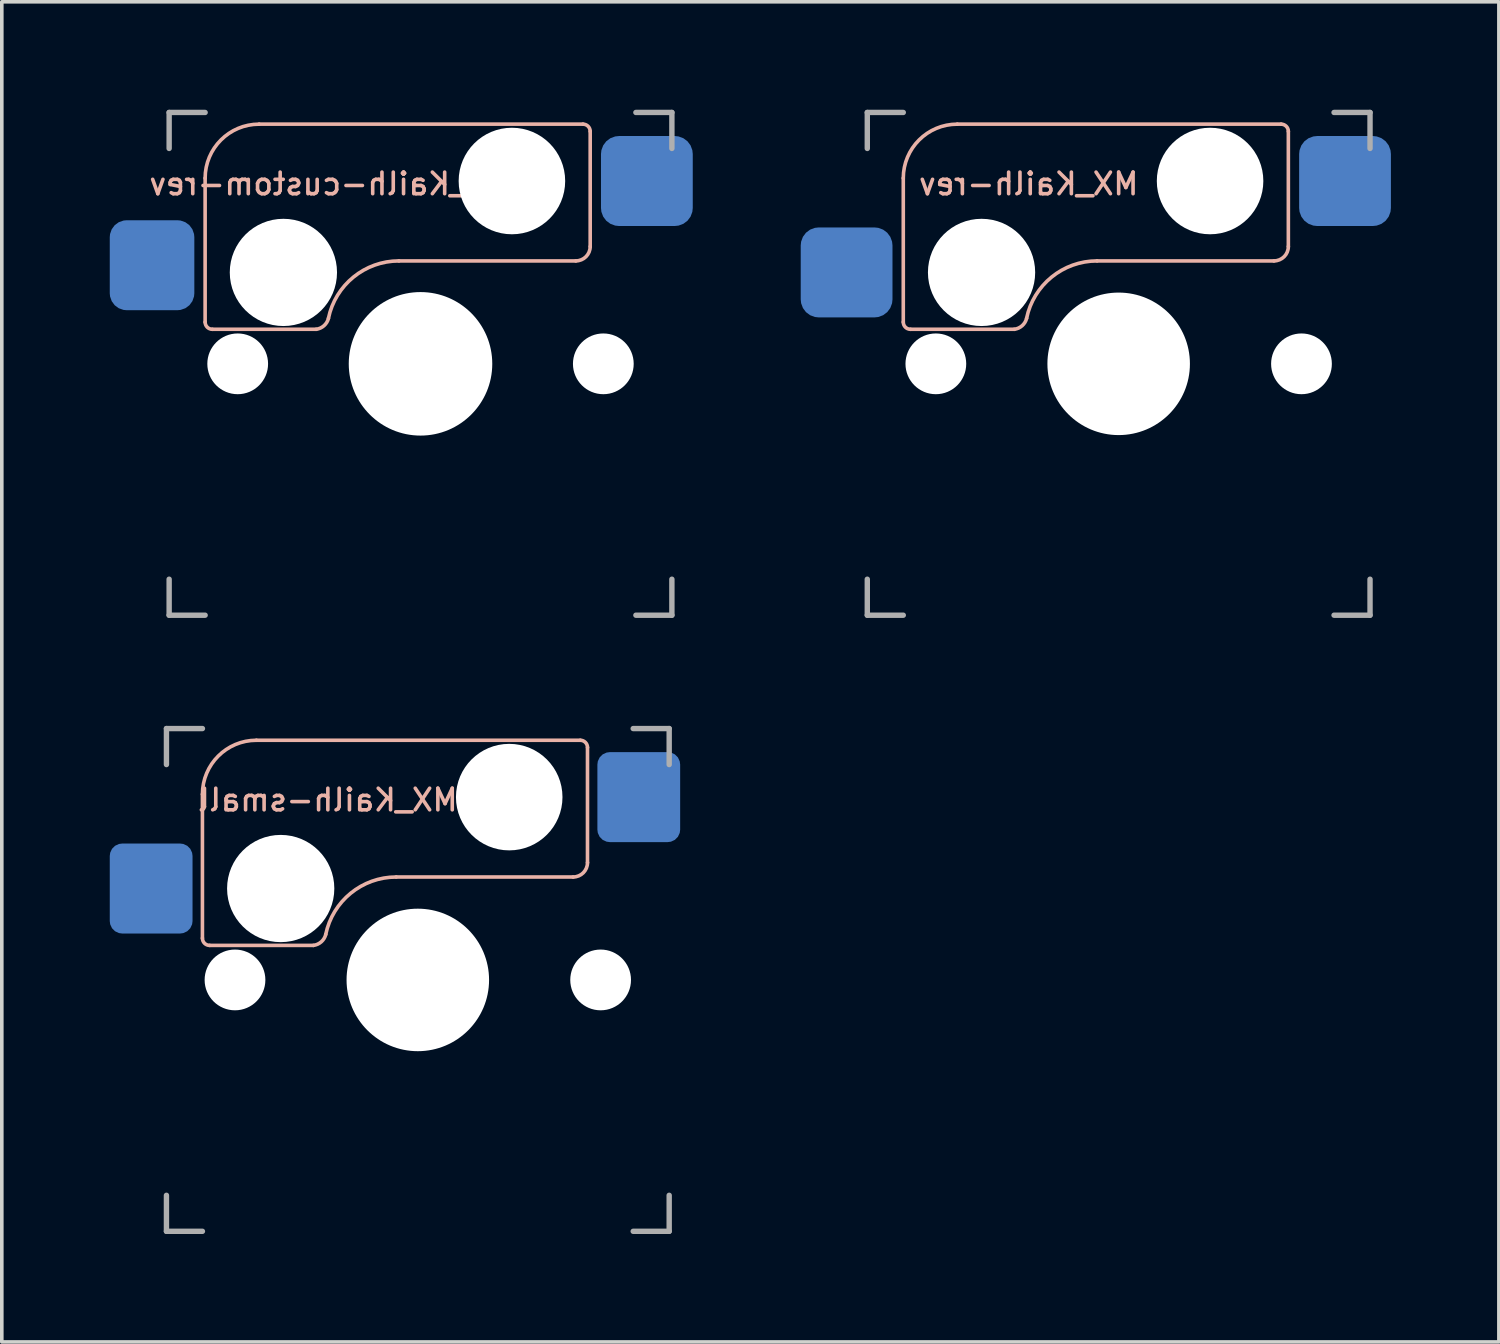
<source format=kicad_pcb>
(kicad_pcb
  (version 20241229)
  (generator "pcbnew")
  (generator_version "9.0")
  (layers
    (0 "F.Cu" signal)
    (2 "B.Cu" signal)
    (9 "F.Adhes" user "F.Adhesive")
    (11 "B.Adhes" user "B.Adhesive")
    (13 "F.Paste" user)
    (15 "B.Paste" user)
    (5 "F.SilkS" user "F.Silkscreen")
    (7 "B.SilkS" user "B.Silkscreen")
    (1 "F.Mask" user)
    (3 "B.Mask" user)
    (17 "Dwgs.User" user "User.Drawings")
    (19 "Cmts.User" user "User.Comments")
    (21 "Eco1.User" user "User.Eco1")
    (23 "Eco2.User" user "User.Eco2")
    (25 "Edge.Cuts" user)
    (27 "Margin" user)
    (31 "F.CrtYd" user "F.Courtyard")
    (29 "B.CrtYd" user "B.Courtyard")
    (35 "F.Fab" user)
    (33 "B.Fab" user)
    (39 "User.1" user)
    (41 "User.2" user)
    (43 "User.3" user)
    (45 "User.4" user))
  (footprint "MX_Kailh-small"
    (layer "F.Cu")
    (at 8.56 24.18)
    (property "Reference" "MX_Kailh-small" (at -2.5 -5 0) (layer "B.SilkS") (effects (font (size 0.6 0.6) (thickness 0.1)) (justify mirror)))
    (attr smd)
    (fp_line (start -5.985 -5.16) (end -5.985 -1.16) (stroke (width 0.1) (type solid)) (layer "B.SilkS"))
    (fp_line (start -5.785 -0.96) (end -2.9 -0.96) (stroke (width 0.1) (type solid)) (layer "B.SilkS"))
    (fp_line (start -4.485 -6.66) (end 4.515 -6.66) (stroke (width 0.1) (type solid)) (layer "B.SilkS"))
    (fp_line (start 4.315 -2.86) (end -0.6 -2.86) (stroke (width 0.1) (type solid)) (layer "B.SilkS"))
    (fp_line (start 4.715 -6.46) (end 4.715 -3.26) (stroke (width 0.1) (type solid)) (layer "B.SilkS"))
    (fp_arc (start -5.985 -5.16) (mid -5.54566 -6.22066) (end -4.485 -6.66) (stroke (width 0.1) (type solid)) (layer "B.SilkS"))
    (fp_arc (start -5.785 -0.96) (mid -5.926421 -1.018579) (end -5.985 -1.16) (stroke (width 0.1) (type solid)) (layer "B.SilkS"))
    (fp_arc (start -2.558575 -1.264949) (mid -1.862953 -2.41079) (end -0.6 -2.86) (stroke (width 0.1) (type solid)) (layer "B.SilkS"))
    (fp_arc (start -2.557532 -1.264687) (mid -2.681837 -1.059595) (end -2.9 -0.96) (stroke (width 0.1) (type solid)) (layer "B.SilkS"))
    (fp_arc (start 4.515 -6.66) (mid 4.656421 -6.601421) (end 4.715 -6.46) (stroke (width 0.1) (type solid)) (layer "B.SilkS"))
    (fp_arc (start 4.715 -3.26) (mid 4.597843 -2.977157) (end 4.315 -2.86) (stroke (width 0.1) (type solid)) (layer "B.SilkS"))
    (fp_line (start -6.985 6.985) (end -6.985 -6.985) (stroke (width 0.15) (type solid)) (layer "Eco2.User"))
    (fp_line (start -6.985 6.985) (end 6.985 6.985) (stroke (width 0.15) (type solid)) (layer "Eco2.User"))
    (fp_line (start 6.985 -6.985) (end -6.985 -6.985) (stroke (width 0.15) (type solid)) (layer "Eco2.User"))
    (fp_line (start 6.985 -6.985) (end 6.985 6.985) (stroke (width 0.15) (type solid)) (layer "Eco2.User"))
    (fp_line (start -6.985 -5.985) (end -6.985 -6.985) (stroke (width 0.15) (type solid)) (layer "F.Fab"))
    (fp_line (start -6.985 6.985) (end -6.985 5.985) (stroke (width 0.15) (type solid)) (layer "F.Fab"))
    (fp_line (start -6.985 6.985) (end -5.985 6.985) (stroke (width 0.15) (type solid)) (layer "F.Fab"))
    (fp_line (start -5.985 -6.985) (end -6.985 -6.985) (stroke (width 0.15) (type solid)) (layer "F.Fab"))
    (fp_line (start 5.985 6.985) (end 6.985 6.985) (stroke (width 0.15) (type solid)) (layer "F.Fab"))
    (fp_line (start 6.985 -6.985) (end 5.985 -6.985) (stroke (width 0.15) (type solid)) (layer "F.Fab"))
    (fp_line (start 6.985 -6.985) (end 6.985 -5.985) (stroke (width 0.15) (type solid)) (layer "F.Fab"))
    (fp_line (start 6.985 5.985) (end 6.985 6.985) (stroke (width 0.15) (type solid)) (layer "F.Fab"))
    (pad "" np_thru_hole circle (at -5.08 0) (size 1.688 1.688) (drill 1.688) (layers "*.Cu" "*.Mask"))
    (pad "" np_thru_hole circle (at -3.81 -2.54) (size 2.98 2.98) (drill 2.98) (layers "*.Cu" "*.Mask"))
    (pad "" np_thru_hole circle (at 0 0) (size 3.96 3.96) (drill 3.96) (layers "*.Cu" "*.Mask"))
    (pad "" np_thru_hole circle (at 2.54 -5.08) (size 2.96 2.96) (drill 2.96) (layers "*.Cu" "*.Mask"))
    (pad "" np_thru_hole circle (at 5.08 0) (size 1.688 1.688) (drill 1.688) (layers "*.Cu" "*.Mask"))
    (pad "1" smd roundrect (at 6.14 -5.08) (size 2.3 2.5) (layers "B.Cu" "B.Mask" "B.Paste") (roundrect_rratio 0.15))
    (pad "2" smd roundrect (at -7.41 -2.54) (size 2.3 2.5) (layers "B.Cu" "B.Mask" "B.Paste") (roundrect_rratio 0.15)))
  (footprint "MX_Kailh-custom-rev"
    (layer "F.Cu")
    (at 8.635 7.06)
    (property "Reference" "MX_Kailh-custom-rev" (at -2.5 -5 0) (layer "B.SilkS") (effects (font (size 0.6 0.6) (thickness 0.1)) (justify mirror)))
    (attr smd)
    (fp_line (start -5.985 -5.16) (end -5.985 -1.16) (stroke (width 0.1) (type solid)) (layer "B.SilkS"))
    (fp_line (start -5.785 -0.96) (end -2.9 -0.96) (stroke (width 0.1) (type solid)) (layer "B.SilkS"))
    (fp_line (start -4.485 -6.66) (end 4.515 -6.66) (stroke (width 0.1) (type solid)) (layer "B.SilkS"))
    (fp_line (start 4.315 -2.86) (end -0.6 -2.86) (stroke (width 0.1) (type solid)) (layer "B.SilkS"))
    (fp_line (start 4.715 -6.46) (end 4.715 -3.26) (stroke (width 0.1) (type solid)) (layer "B.SilkS"))
    (fp_arc (start -5.985 -5.16) (mid -5.54566 -6.22066) (end -4.485 -6.66) (stroke (width 0.1) (type solid)) (layer "B.SilkS"))
    (fp_arc (start -5.785 -0.96) (mid -5.926421 -1.018579) (end -5.985 -1.16) (stroke (width 0.1) (type solid)) (layer "B.SilkS"))
    (fp_arc (start -2.558575 -1.264949) (mid -1.862953 -2.41079) (end -0.6 -2.86) (stroke (width 0.1) (type solid)) (layer "B.SilkS"))
    (fp_arc (start -2.557532 -1.264687) (mid -2.681837 -1.059595) (end -2.9 -0.96) (stroke (width 0.1) (type solid)) (layer "B.SilkS"))
    (fp_arc (start 4.515 -6.66) (mid 4.656421 -6.601421) (end 4.715 -6.46) (stroke (width 0.1) (type solid)) (layer "B.SilkS"))
    (fp_arc (start 4.715 -3.26) (mid 4.597843 -2.977157) (end 4.315 -2.86) (stroke (width 0.1) (type solid)) (layer "B.SilkS"))
    (fp_line (start -6.985 6.985) (end -6.985 -6.985) (stroke (width 0.15) (type solid)) (layer "Eco2.User"))
    (fp_line (start -6.985 6.985) (end 6.985 6.985) (stroke (width 0.15) (type solid)) (layer "Eco2.User"))
    (fp_line (start 6.985 -6.985) (end -6.985 -6.985) (stroke (width 0.15) (type solid)) (layer "Eco2.User"))
    (fp_line (start 6.985 -6.985) (end 6.985 6.985) (stroke (width 0.15) (type solid)) (layer "Eco2.User"))
    (fp_line (start -6.985 -5.985) (end -6.985 -6.985) (stroke (width 0.15) (type solid)) (layer "F.Fab"))
    (fp_line (start -6.985 6.985) (end -6.985 5.985) (stroke (width 0.15) (type solid)) (layer "F.Fab"))
    (fp_line (start -6.985 6.985) (end -5.985 6.985) (stroke (width 0.15) (type solid)) (layer "F.Fab"))
    (fp_line (start -5.985 -6.985) (end -6.985 -6.985) (stroke (width 0.15) (type solid)) (layer "F.Fab"))
    (fp_line (start 5.985 6.985) (end 6.985 6.985) (stroke (width 0.15) (type solid)) (layer "F.Fab"))
    (fp_line (start 6.985 -6.985) (end 5.985 -6.985) (stroke (width 0.15) (type solid)) (layer "F.Fab"))
    (fp_line (start 6.985 -6.985) (end 6.985 -5.985) (stroke (width 0.15) (type solid)) (layer "F.Fab"))
    (fp_line (start 6.985 5.985) (end 6.985 6.985) (stroke (width 0.15) (type solid)) (layer "F.Fab"))
    (pad "" np_thru_hole circle (at -5.08 0) (size 1.688 1.688) (drill 1.688) (layers "*.Cu" "*.Mask"))
    (pad "" np_thru_hole circle (at -3.81 -2.54) (size 2.98 2.98) (drill 2.98) (layers "*.Cu" "*.Mask"))
    (pad "" np_thru_hole circle (at 0 0) (size 3.988 3.988) (drill 3.988) (layers "*.Cu" "*.Mask"))
    (pad "" np_thru_hole circle (at 2.54 -5.08) (size 2.96 2.96) (drill 2.96) (layers "*.Cu" "*.Mask"))
    (pad "" np_thru_hole circle (at 5.08 0) (size 1.688 1.688) (drill 1.688) (layers "*.Cu" "*.Mask"))
    (pad "1" smd roundrect (at -7.46 -2.74) (size 2.35 2.5) (layers "B.Cu" "B.Mask" "B.Paste") (roundrect_rratio 0.2))
    (pad "2" smd roundrect (at 6.29 -5.08) (size 2.55 2.5) (layers "B.Cu" "B.Mask" "B.Paste") (roundrect_rratio 0.2)))
  (footprint "MX_Kailh-rev"
    (layer "F.Cu")
    (at 28.035 7.06)
    (property "Reference" "MX_Kailh-rev" (at -2.5 -5 0) (layer "B.SilkS") (effects (font (size 0.6 0.6) (thickness 0.1)) (justify mirror)))
    (attr smd)
    (fp_line (start -5.985 -5.16) (end -5.985 -1.16) (stroke (width 0.1) (type solid)) (layer "B.SilkS"))
    (fp_line (start -5.785 -0.96) (end -2.9 -0.96) (stroke (width 0.1) (type solid)) (layer "B.SilkS"))
    (fp_line (start -4.485 -6.66) (end 4.515 -6.66) (stroke (width 0.1) (type solid)) (layer "B.SilkS"))
    (fp_line (start 4.315 -2.86) (end -0.6 -2.86) (stroke (width 0.1) (type solid)) (layer "B.SilkS"))
    (fp_line (start 4.715 -6.46) (end 4.715 -3.26) (stroke (width 0.1) (type solid)) (layer "B.SilkS"))
    (fp_arc (start -5.985 -5.16) (mid -5.54566 -6.22066) (end -4.485 -6.66) (stroke (width 0.1) (type solid)) (layer "B.SilkS"))
    (fp_arc (start -5.785 -0.96) (mid -5.926421 -1.018579) (end -5.985 -1.16) (stroke (width 0.1) (type solid)) (layer "B.SilkS"))
    (fp_arc (start -2.558575 -1.264949) (mid -1.862953 -2.41079) (end -0.6 -2.86) (stroke (width 0.1) (type solid)) (layer "B.SilkS"))
    (fp_arc (start -2.557532 -1.264687) (mid -2.681837 -1.059595) (end -2.9 -0.96) (stroke (width 0.1) (type solid)) (layer "B.SilkS"))
    (fp_arc (start 4.515 -6.66) (mid 4.656421 -6.601421) (end 4.715 -6.46) (stroke (width 0.1) (type solid)) (layer "B.SilkS"))
    (fp_arc (start 4.715 -3.26) (mid 4.597843 -2.977157) (end 4.315 -2.86) (stroke (width 0.1) (type solid)) (layer "B.SilkS"))
    (fp_line (start -6.985 6.985) (end -6.985 -6.985) (stroke (width 0.15) (type solid)) (layer "Eco2.User"))
    (fp_line (start -6.985 6.985) (end 6.985 6.985) (stroke (width 0.15) (type solid)) (layer "Eco2.User"))
    (fp_line (start 6.985 -6.985) (end -6.985 -6.985) (stroke (width 0.15) (type solid)) (layer "Eco2.User"))
    (fp_line (start 6.985 -6.985) (end 6.985 6.985) (stroke (width 0.15) (type solid)) (layer "Eco2.User"))
    (fp_line (start -6.985 -5.985) (end -6.985 -6.985) (stroke (width 0.15) (type solid)) (layer "F.Fab"))
    (fp_line (start -6.985 6.985) (end -6.985 5.985) (stroke (width 0.15) (type solid)) (layer "F.Fab"))
    (fp_line (start -6.985 6.985) (end -5.985 6.985) (stroke (width 0.15) (type solid)) (layer "F.Fab"))
    (fp_line (start -5.985 -6.985) (end -6.985 -6.985) (stroke (width 0.15) (type solid)) (layer "F.Fab"))
    (fp_line (start 5.985 6.985) (end 6.985 6.985) (stroke (width 0.15) (type solid)) (layer "F.Fab"))
    (fp_line (start 6.985 -6.985) (end 5.985 -6.985) (stroke (width 0.15) (type solid)) (layer "F.Fab"))
    (fp_line (start 6.985 -6.985) (end 6.985 -5.985) (stroke (width 0.15) (type solid)) (layer "F.Fab"))
    (fp_line (start 6.985 5.985) (end 6.985 6.985) (stroke (width 0.15) (type solid)) (layer "F.Fab"))
    (pad "" np_thru_hole circle (at -5.08 0) (size 1.688 1.688) (drill 1.688) (layers "*.Cu" "*.Mask"))
    (pad "" np_thru_hole circle (at -3.81 -2.54) (size 2.98 2.98) (drill 2.98) (layers "*.Cu" "*.Mask"))
    (pad "" np_thru_hole circle (at 0 0) (size 3.96 3.96) (drill 3.96) (layers "*.Cu" "*.Mask"))
    (pad "" np_thru_hole circle (at 2.54 -5.08) (size 2.96 2.96) (drill 2.96) (layers "*.Cu" "*.Mask"))
    (pad "" np_thru_hole circle (at 5.08 0) (size 1.688 1.688) (drill 1.688) (layers "*.Cu" "*.Mask"))
    (pad "1" smd roundrect (at -7.56 -2.54) (size 2.55 2.5) (layers "B.Cu" "B.Mask" "B.Paste") (roundrect_rratio 0.2))
    (pad "2" smd roundrect (at 6.29 -5.08) (size 2.55 2.5) (layers "B.Cu" "B.Mask" "B.Paste") (roundrect_rratio 0.2)))
  (gr_rect
    (start -3 -3)
    (end 38.6 34.24)
    (stroke (width 0.1) (type default))
    (fill no)
    (layer "Edge.Cuts")))
</source>
